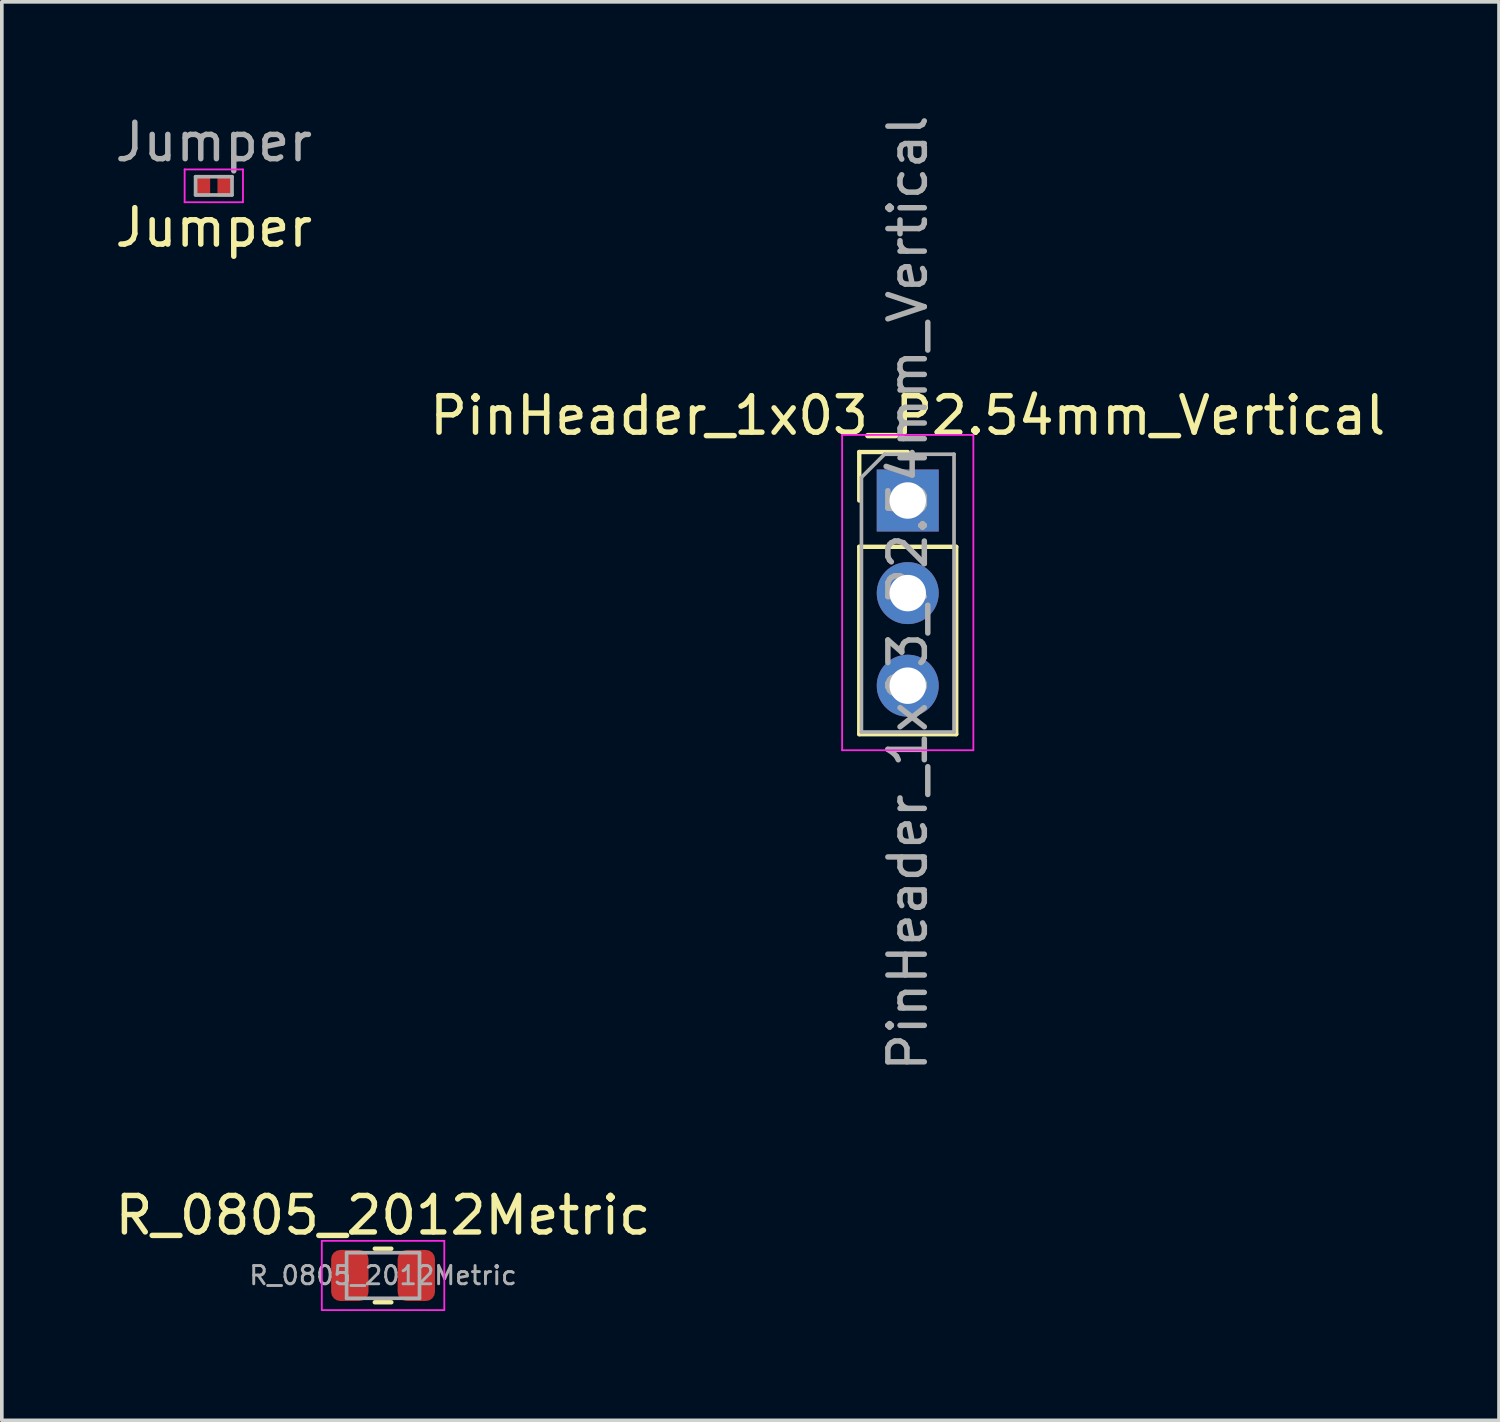
<source format=kicad_pcb>
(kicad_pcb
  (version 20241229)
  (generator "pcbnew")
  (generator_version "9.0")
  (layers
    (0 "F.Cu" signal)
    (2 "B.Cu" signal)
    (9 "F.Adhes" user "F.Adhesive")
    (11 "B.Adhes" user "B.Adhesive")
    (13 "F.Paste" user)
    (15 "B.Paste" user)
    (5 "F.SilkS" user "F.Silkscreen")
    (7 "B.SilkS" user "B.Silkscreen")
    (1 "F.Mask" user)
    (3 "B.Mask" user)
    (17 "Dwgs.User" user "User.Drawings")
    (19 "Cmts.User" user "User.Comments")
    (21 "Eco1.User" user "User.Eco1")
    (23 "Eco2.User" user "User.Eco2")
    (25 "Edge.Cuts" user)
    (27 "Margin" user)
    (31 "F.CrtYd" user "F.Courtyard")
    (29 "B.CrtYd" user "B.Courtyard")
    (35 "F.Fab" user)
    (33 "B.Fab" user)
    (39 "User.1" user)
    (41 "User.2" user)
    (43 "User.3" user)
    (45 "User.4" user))
  (footprint "R_0805_2012Metric"
    (layer "F.Cu")
    (at 7.458 31.939)
    (property "Reference" "R_0805_2012Metric" (at 0 -1.65 0) (layer "F.SilkS") (effects (font (size 1 1) (thickness 0.15))))
    (attr smd)
    (fp_line (start -0.227 -0.735) (end 0.227 -0.735) (stroke (width 0.12) (type solid)) (layer "F.SilkS"))
    (fp_line (start -0.227 0.735) (end 0.227 0.735) (stroke (width 0.12) (type solid)) (layer "F.SilkS"))
    (fp_line (start -1.68 -0.95) (end 1.68 -0.95) (stroke (width 0.05) (type solid)) (layer "F.CrtYd"))
    (fp_line (start -1.68 0.95) (end -1.68 -0.95) (stroke (width 0.05) (type solid)) (layer "F.CrtYd"))
    (fp_line (start 1.68 -0.95) (end 1.68 0.95) (stroke (width 0.05) (type solid)) (layer "F.CrtYd"))
    (fp_line (start 1.68 0.95) (end -1.68 0.95) (stroke (width 0.05) (type solid)) (layer "F.CrtYd"))
    (fp_line (start -1 -0.625) (end 1 -0.625) (stroke (width 0.1) (type solid)) (layer "F.Fab"))
    (fp_line (start -1 0.625) (end -1 -0.625) (stroke (width 0.1) (type solid)) (layer "F.Fab"))
    (fp_line (start 1 -0.625) (end 1 0.625) (stroke (width 0.1) (type solid)) (layer "F.Fab"))
    (fp_line (start 1 0.625) (end -1 0.625) (stroke (width 0.1) (type solid)) (layer "F.Fab"))
    (fp_text user "${REFERENCE}" (at 0 0 0) (layer "F.Fab") (effects (font (size 0.5 0.5) (thickness 0.08))))
    (pad "1" smd roundrect (at -0.912 0) (size 1.025 1.4) (layers "F.Cu" "F.Mask" "F.Paste") (roundrect_rratio 0.244))
    (pad "2" smd roundrect (at 0.912 0) (size 1.025 1.4) (layers "F.Cu" "F.Mask" "F.Paste") (roundrect_rratio 0.244)))
  (footprint "PinHeader_1x03_P2.54mm_Vertical"
    (layer "F.Cu")
    (at 21.851 10.68)
    (property "Reference" "PinHeader_1x03_P2.54mm_Vertical" (at 0 -2.33 180) (layer "F.SilkS") (effects (font (size 1 1) (thickness 0.15))))
    (attr through_hole)
    (fp_line (start -1.33 -1.33) (end 0 -1.33) (stroke (width 0.12) (type solid)) (layer "F.SilkS"))
    (fp_line (start -1.33 0) (end -1.33 -1.33) (stroke (width 0.12) (type solid)) (layer "F.SilkS"))
    (fp_line (start -1.33 1.27) (end -1.33 6.41) (stroke (width 0.12) (type solid)) (layer "F.SilkS"))
    (fp_line (start -1.33 1.27) (end 1.33 1.27) (stroke (width 0.12) (type solid)) (layer "F.SilkS"))
    (fp_line (start -1.33 6.41) (end 1.33 6.41) (stroke (width 0.12) (type solid)) (layer "F.SilkS"))
    (fp_line (start 1.33 1.27) (end 1.33 6.41) (stroke (width 0.12) (type solid)) (layer "F.SilkS"))
    (fp_line (start -1.8 -1.8) (end -1.8 6.85) (stroke (width 0.05) (type solid)) (layer "F.CrtYd"))
    (fp_line (start -1.8 6.85) (end 1.8 6.85) (stroke (width 0.05) (type solid)) (layer "F.CrtYd"))
    (fp_line (start 1.8 -1.8) (end -1.8 -1.8) (stroke (width 0.05) (type solid)) (layer "F.CrtYd"))
    (fp_line (start 1.8 6.85) (end 1.8 -1.8) (stroke (width 0.05) (type solid)) (layer "F.CrtYd"))
    (fp_line (start -1.27 -0.635) (end -0.635 -1.27) (stroke (width 0.1) (type solid)) (layer "F.Fab"))
    (fp_line (start -1.27 6.35) (end -1.27 -0.635) (stroke (width 0.1) (type solid)) (layer "F.Fab"))
    (fp_line (start -0.635 -1.27) (end 1.27 -1.27) (stroke (width 0.1) (type solid)) (layer "F.Fab"))
    (fp_line (start 1.27 -1.27) (end 1.27 6.35) (stroke (width 0.1) (type solid)) (layer "F.Fab"))
    (fp_line (start 1.27 6.35) (end -1.27 6.35) (stroke (width 0.1) (type solid)) (layer "F.Fab"))
    (fp_text user "${REFERENCE}" (at 0 2.54 270) (layer "F.Fab") (effects (font (size 1 1) (thickness 0.15))))
    (pad "1" thru_hole rect (at 0 0) (size 1.7 1.7) (drill 1) (layers "*.Cu" "*.Mask"))
    (pad "2" thru_hole oval (at 0 2.54) (size 1.7 1.7) (drill 1) (layers "*.Cu" "*.Mask"))
    (pad "3" thru_hole oval (at 0 5.08) (size 1.7 1.7) (drill 1) (layers "*.Cu" "*.Mask")))
  (footprint "Jumper"
    (layer "F.Cu")
    (at 2.815 2.048)
    (property "Reference" "Jumper" (at 0 1.143 0) (layer "F.SilkS") (effects (font (size 1 1) (thickness 0.15))))
    (attr smd)
    (fp_line (start -0.8 -0.45) (end -0.8 0.45) (stroke (width 0.05) (type solid)) (layer "F.CrtYd"))
    (fp_line (start -0.8 -0.45) (end 0.8 -0.45) (stroke (width 0.05) (type solid)) (layer "F.CrtYd"))
    (fp_line (start 0.8 0.45) (end -0.8 0.45) (stroke (width 0.05) (type solid)) (layer "F.CrtYd"))
    (fp_line (start 0.8 0.45) (end 0.8 -0.45) (stroke (width 0.05) (type solid)) (layer "F.CrtYd"))
    (fp_line (start -0.5 -0.25) (end 0.5 -0.25) (stroke (width 0.1) (type solid)) (layer "F.Fab"))
    (fp_line (start -0.5 0.25) (end -0.5 -0.25) (stroke (width 0.1) (type solid)) (layer "F.Fab"))
    (fp_line (start 0.5 -0.25) (end 0.5 0.25) (stroke (width 0.1) (type solid)) (layer "F.Fab"))
    (fp_line (start 0.5 0.25) (end -0.5 0.25) (stroke (width 0.1) (type solid)) (layer "F.Fab"))
    (fp_text user "${REFERENCE}" (at 0 -1.2 0) (layer "F.Fab") (effects (font (size 1 1) (thickness 0.15))))
    (pad "1" smd rect (at -0.3 0) (size 0.4 0.6) (layers "F.Cu" "F.Mask" "F.Paste"))
    (pad "2" smd rect (at 0.3 0) (size 0.4 0.6) (layers "F.Cu" "F.Mask" "F.Paste")))
  (gr_rect
    (start -3 -3)
    (end 38.071 35.914)
    (stroke (width 0.1) (type default))
    (fill no)
    (layer "Edge.Cuts")))
</source>
